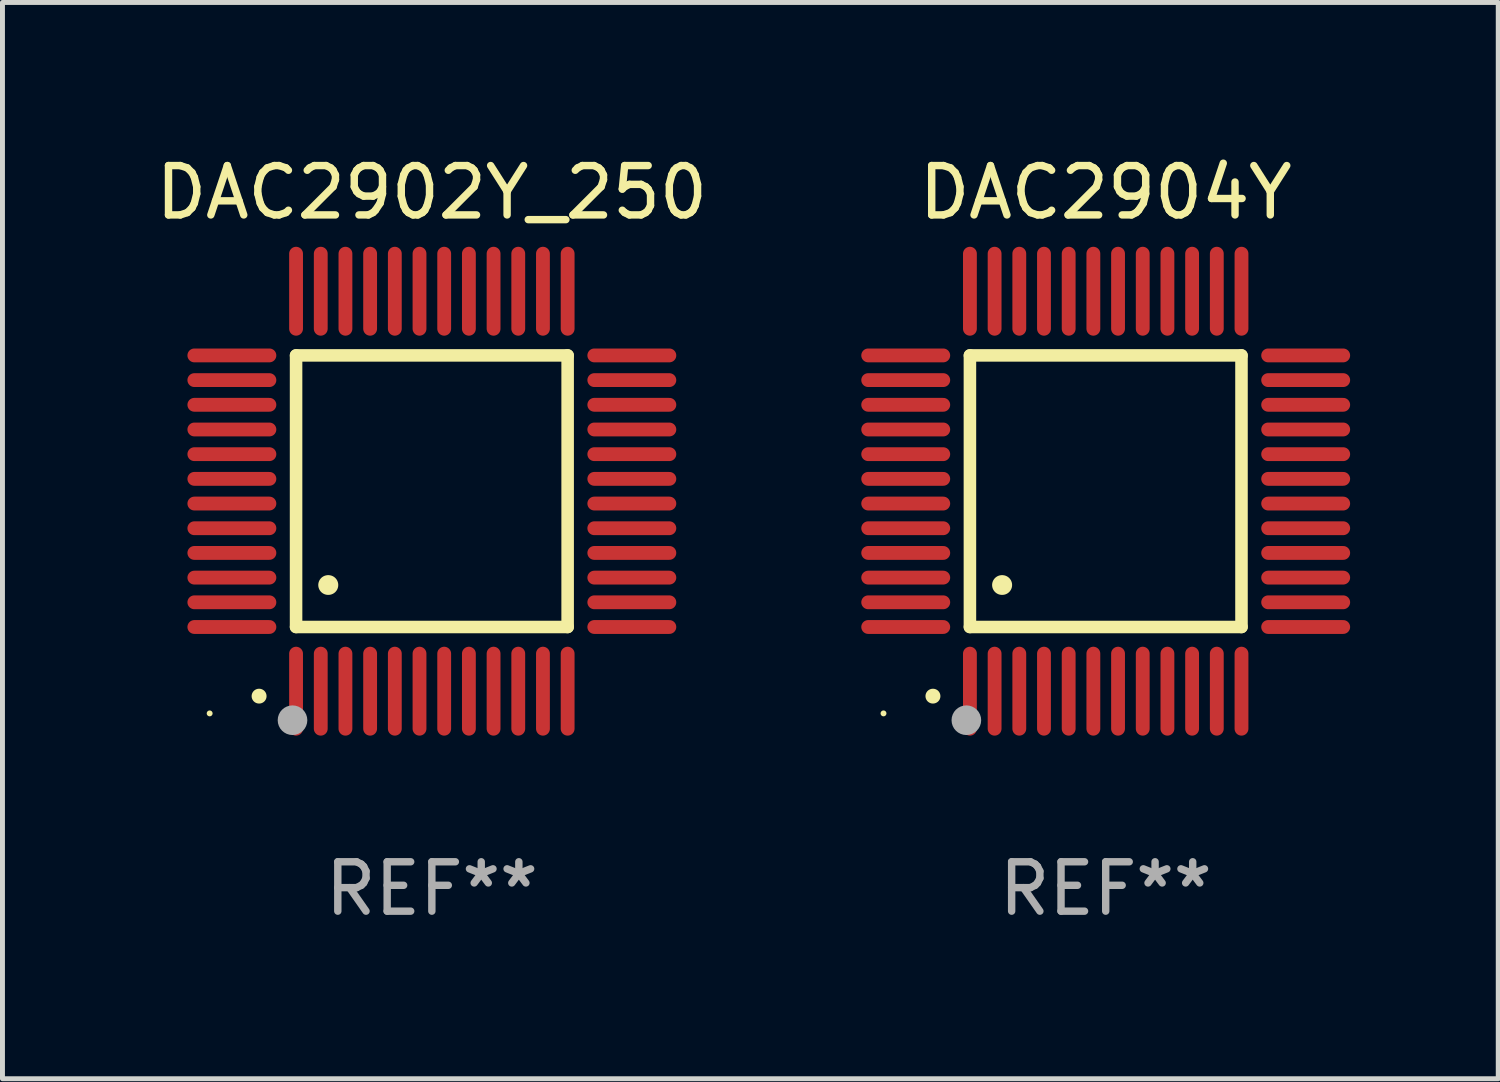
<source format=kicad_pcb>
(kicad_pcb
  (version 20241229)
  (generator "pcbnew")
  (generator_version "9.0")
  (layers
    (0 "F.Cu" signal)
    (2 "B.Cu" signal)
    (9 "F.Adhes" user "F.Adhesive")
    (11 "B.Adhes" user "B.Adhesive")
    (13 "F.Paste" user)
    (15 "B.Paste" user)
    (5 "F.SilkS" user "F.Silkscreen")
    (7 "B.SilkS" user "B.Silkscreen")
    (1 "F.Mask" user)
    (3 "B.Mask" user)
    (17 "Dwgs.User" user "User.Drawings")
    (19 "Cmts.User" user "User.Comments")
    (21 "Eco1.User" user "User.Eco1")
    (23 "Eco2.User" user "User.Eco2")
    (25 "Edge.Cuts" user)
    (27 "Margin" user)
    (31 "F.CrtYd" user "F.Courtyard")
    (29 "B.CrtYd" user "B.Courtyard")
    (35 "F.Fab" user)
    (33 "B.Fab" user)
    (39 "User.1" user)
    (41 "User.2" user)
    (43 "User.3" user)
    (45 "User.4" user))
  (footprint "DAC2904Y"
    (layer "F.Cu")
    (at 19.343 6.898)
    (property "Reference" "DAC2904Y" (at 0 -6.05 0) (layer "F.SilkS") (effects (font (size 1 1) (thickness 0.15))))
    (attr through_hole)
    (fp_line (start -2.75 -2.75) (end 2.75 -2.75) (stroke (width 0.254) (type solid)) (layer "F.SilkS"))
    (fp_line (start -2.75 2.75) (end -2.75 -2.75) (stroke (width 0.254) (type solid)) (layer "F.SilkS"))
    (fp_line (start 2.75 -2.75) (end 2.75 2.75) (stroke (width 0.254) (type solid)) (layer "F.SilkS"))
    (fp_line (start 2.75 2.75) (end -2.75 2.75) (stroke (width 0.254) (type solid)) (layer "F.SilkS"))
    (fp_arc (start -3.500127 4.150368) (mid -3.498857 4.150363) (end -3.497587 4.150368) (stroke (width 0.3) (type solid)) (layer "F.SilkS"))
    (fp_arc (start -2.100584 1.899924) (mid -2.098044 1.899908) (end -2.095504 1.899924) (stroke (width 0.4) (type solid)) (layer "F.SilkS"))
    (fp_circle (center -4.5 4.5) (end -4.47 4.5) (stroke (width 0.06) (type solid)) (fill no) (layer "F.SilkS"))
    (fp_circle (center -2.822 4.638) (end -2.672 4.638) (stroke (width 0.3) (type solid)) (fill no) (layer "F.Fab"))
    (fp_text user "REF**" (at 0 8.05 0) (layer "F.Fab") (effects (font (size 1 1) (thickness 0.15))))
    (pad "1" smd oval (at -2.75 4.05) (size 0.28 1.8) (layers "F.Cu" "F.Mask" "F.Paste"))
    (pad "2" smd oval (at -2.25 4.05) (size 0.28 1.8) (layers "F.Cu" "F.Mask" "F.Paste"))
    (pad "3" smd oval (at -1.75 4.05) (size 0.28 1.8) (layers "F.Cu" "F.Mask" "F.Paste"))
    (pad "4" smd oval (at -1.25 4.05) (size 0.28 1.8) (layers "F.Cu" "F.Mask" "F.Paste"))
    (pad "5" smd oval (at -0.75 4.05) (size 0.28 1.8) (layers "F.Cu" "F.Mask" "F.Paste"))
    (pad "6" smd oval (at -0.25 4.05) (size 0.28 1.8) (layers "F.Cu" "F.Mask" "F.Paste"))
    (pad "7" smd oval (at 0.25 4.05) (size 0.28 1.8) (layers "F.Cu" "F.Mask" "F.Paste"))
    (pad "8" smd oval (at 0.75 4.05) (size 0.28 1.8) (layers "F.Cu" "F.Mask" "F.Paste"))
    (pad "9" smd oval (at 1.25 4.05) (size 0.28 1.8) (layers "F.Cu" "F.Mask" "F.Paste"))
    (pad "10" smd oval (at 1.75 4.05) (size 0.28 1.8) (layers "F.Cu" "F.Mask" "F.Paste"))
    (pad "11" smd oval (at 2.25 4.05) (size 0.28 1.8) (layers "F.Cu" "F.Mask" "F.Paste"))
    (pad "12" smd oval (at 2.75 4.05) (size 0.28 1.8) (layers "F.Cu" "F.Mask" "F.Paste"))
    (pad "13" smd oval (at 4.05 2.75) (size 1.8 0.28) (layers "F.Cu" "F.Mask" "F.Paste"))
    (pad "14" smd oval (at 4.05 2.25) (size 1.8 0.28) (layers "F.Cu" "F.Mask" "F.Paste"))
    (pad "15" smd oval (at 4.05 1.75) (size 1.8 0.28) (layers "F.Cu" "F.Mask" "F.Paste"))
    (pad "16" smd oval (at 4.05 1.25) (size 1.8 0.28) (layers "F.Cu" "F.Mask" "F.Paste"))
    (pad "17" smd oval (at 4.05 0.75) (size 1.8 0.28) (layers "F.Cu" "F.Mask" "F.Paste"))
    (pad "18" smd oval (at 4.05 0.25) (size 1.8 0.28) (layers "F.Cu" "F.Mask" "F.Paste"))
    (pad "19" smd oval (at 4.05 -0.25) (size 1.8 0.28) (layers "F.Cu" "F.Mask" "F.Paste"))
    (pad "20" smd oval (at 4.05 -0.75) (size 1.8 0.28) (layers "F.Cu" "F.Mask" "F.Paste"))
    (pad "21" smd oval (at 4.05 -1.25) (size 1.8 0.28) (layers "F.Cu" "F.Mask" "F.Paste"))
    (pad "22" smd oval (at 4.05 -1.75) (size 1.8 0.28) (layers "F.Cu" "F.Mask" "F.Paste"))
    (pad "23" smd oval (at 4.05 -2.25) (size 1.8 0.28) (layers "F.Cu" "F.Mask" "F.Paste"))
    (pad "24" smd oval (at 4.05 -2.75) (size 1.8 0.28) (layers "F.Cu" "F.Mask" "F.Paste"))
    (pad "25" smd oval (at 2.75 -4.05) (size 0.28 1.8) (layers "F.Cu" "F.Mask" "F.Paste"))
    (pad "26" smd oval (at 2.25 -4.05) (size 0.28 1.8) (layers "F.Cu" "F.Mask" "F.Paste"))
    (pad "27" smd oval (at 1.75 -4.05) (size 0.28 1.8) (layers "F.Cu" "F.Mask" "F.Paste"))
    (pad "28" smd oval (at 1.25 -4.05) (size 0.28 1.8) (layers "F.Cu" "F.Mask" "F.Paste"))
    (pad "29" smd oval (at 0.75 -4.05) (size 0.28 1.8) (layers "F.Cu" "F.Mask" "F.Paste"))
    (pad "30" smd oval (at 0.25 -4.05) (size 0.28 1.8) (layers "F.Cu" "F.Mask" "F.Paste"))
    (pad "31" smd oval (at -0.25 -4.05) (size 0.28 1.8) (layers "F.Cu" "F.Mask" "F.Paste"))
    (pad "32" smd oval (at -0.75 -4.05) (size 0.28 1.8) (layers "F.Cu" "F.Mask" "F.Paste"))
    (pad "33" smd oval (at -1.25 -4.05) (size 0.28 1.8) (layers "F.Cu" "F.Mask" "F.Paste"))
    (pad "34" smd oval (at -1.75 -4.05) (size 0.28 1.8) (layers "F.Cu" "F.Mask" "F.Paste"))
    (pad "35" smd oval (at -2.25 -4.05) (size 0.28 1.8) (layers "F.Cu" "F.Mask" "F.Paste"))
    (pad "36" smd oval (at -2.75 -4.05) (size 0.28 1.8) (layers "F.Cu" "F.Mask" "F.Paste"))
    (pad "37" smd oval (at -4.05 -2.75) (size 1.8 0.28) (layers "F.Cu" "F.Mask" "F.Paste"))
    (pad "38" smd oval (at -4.05 -2.25) (size 1.8 0.28) (layers "F.Cu" "F.Mask" "F.Paste"))
    (pad "39" smd oval (at -4.05 -1.75) (size 1.8 0.28) (layers "F.Cu" "F.Mask" "F.Paste"))
    (pad "40" smd oval (at -4.05 -1.25) (size 1.8 0.28) (layers "F.Cu" "F.Mask" "F.Paste"))
    (pad "41" smd oval (at -4.05 -0.75) (size 1.8 0.28) (layers "F.Cu" "F.Mask" "F.Paste"))
    (pad "42" smd oval (at -4.05 -0.25) (size 1.8 0.28) (layers "F.Cu" "F.Mask" "F.Paste"))
    (pad "43" smd oval (at -4.05 0.25) (size 1.8 0.28) (layers "F.Cu" "F.Mask" "F.Paste"))
    (pad "44" smd oval (at -4.05 0.75) (size 1.8 0.28) (layers "F.Cu" "F.Mask" "F.Paste"))
    (pad "45" smd oval (at -4.05 1.25) (size 1.8 0.28) (layers "F.Cu" "F.Mask" "F.Paste"))
    (pad "46" smd oval (at -4.05 1.75) (size 1.8 0.28) (layers "F.Cu" "F.Mask" "F.Paste"))
    (pad "47" smd oval (at -4.05 2.25) (size 1.8 0.28) (layers "F.Cu" "F.Mask" "F.Paste"))
    (pad "48" smd oval (at -4.05 2.75) (size 1.8 0.28) (layers "F.Cu" "F.Mask" "F.Paste")))
  (footprint "DAC2902Y_250"
    (layer "F.Cu")
    (at 5.696 6.898)
    (property "Reference" "DAC2902Y_250" (at 0 -6.05 0) (layer "F.SilkS") (effects (font (size 1 1) (thickness 0.15))))
    (attr through_hole)
    (fp_line (start -2.75 -2.75) (end 2.75 -2.75) (stroke (width 0.254) (type solid)) (layer "F.SilkS"))
    (fp_line (start -2.75 2.75) (end -2.75 -2.75) (stroke (width 0.254) (type solid)) (layer "F.SilkS"))
    (fp_line (start 2.75 -2.75) (end 2.75 2.75) (stroke (width 0.254) (type solid)) (layer "F.SilkS"))
    (fp_line (start 2.75 2.75) (end -2.75 2.75) (stroke (width 0.254) (type solid)) (layer "F.SilkS"))
    (fp_arc (start -3.500127 4.150368) (mid -3.498857 4.150363) (end -3.497587 4.150368) (stroke (width 0.3) (type solid)) (layer "F.SilkS"))
    (fp_arc (start -2.100584 1.899924) (mid -2.098044 1.899908) (end -2.095504 1.899924) (stroke (width 0.4) (type solid)) (layer "F.SilkS"))
    (fp_circle (center -4.5 4.5) (end -4.47 4.5) (stroke (width 0.06) (type solid)) (fill no) (layer "F.SilkS"))
    (fp_circle (center -2.822 4.638) (end -2.672 4.638) (stroke (width 0.3) (type solid)) (fill no) (layer "F.Fab"))
    (fp_text user "REF**" (at 0 8.05 0) (layer "F.Fab") (effects (font (size 1 1) (thickness 0.15))))
    (pad "1" smd oval (at -2.75 4.05) (size 0.28 1.8) (layers "F.Cu" "F.Mask" "F.Paste"))
    (pad "2" smd oval (at -2.25 4.05) (size 0.28 1.8) (layers "F.Cu" "F.Mask" "F.Paste"))
    (pad "3" smd oval (at -1.75 4.05) (size 0.28 1.8) (layers "F.Cu" "F.Mask" "F.Paste"))
    (pad "4" smd oval (at -1.25 4.05) (size 0.28 1.8) (layers "F.Cu" "F.Mask" "F.Paste"))
    (pad "5" smd oval (at -0.75 4.05) (size 0.28 1.8) (layers "F.Cu" "F.Mask" "F.Paste"))
    (pad "6" smd oval (at -0.25 4.05) (size 0.28 1.8) (layers "F.Cu" "F.Mask" "F.Paste"))
    (pad "7" smd oval (at 0.25 4.05) (size 0.28 1.8) (layers "F.Cu" "F.Mask" "F.Paste"))
    (pad "8" smd oval (at 0.75 4.05) (size 0.28 1.8) (layers "F.Cu" "F.Mask" "F.Paste"))
    (pad "9" smd oval (at 1.25 4.05) (size 0.28 1.8) (layers "F.Cu" "F.Mask" "F.Paste"))
    (pad "10" smd oval (at 1.75 4.05) (size 0.28 1.8) (layers "F.Cu" "F.Mask" "F.Paste"))
    (pad "11" smd oval (at 2.25 4.05) (size 0.28 1.8) (layers "F.Cu" "F.Mask" "F.Paste"))
    (pad "12" smd oval (at 2.75 4.05) (size 0.28 1.8) (layers "F.Cu" "F.Mask" "F.Paste"))
    (pad "13" smd oval (at 4.05 2.75) (size 1.8 0.28) (layers "F.Cu" "F.Mask" "F.Paste"))
    (pad "14" smd oval (at 4.05 2.25) (size 1.8 0.28) (layers "F.Cu" "F.Mask" "F.Paste"))
    (pad "15" smd oval (at 4.05 1.75) (size 1.8 0.28) (layers "F.Cu" "F.Mask" "F.Paste"))
    (pad "16" smd oval (at 4.05 1.25) (size 1.8 0.28) (layers "F.Cu" "F.Mask" "F.Paste"))
    (pad "17" smd oval (at 4.05 0.75) (size 1.8 0.28) (layers "F.Cu" "F.Mask" "F.Paste"))
    (pad "18" smd oval (at 4.05 0.25) (size 1.8 0.28) (layers "F.Cu" "F.Mask" "F.Paste"))
    (pad "19" smd oval (at 4.05 -0.25) (size 1.8 0.28) (layers "F.Cu" "F.Mask" "F.Paste"))
    (pad "20" smd oval (at 4.05 -0.75) (size 1.8 0.28) (layers "F.Cu" "F.Mask" "F.Paste"))
    (pad "21" smd oval (at 4.05 -1.25) (size 1.8 0.28) (layers "F.Cu" "F.Mask" "F.Paste"))
    (pad "22" smd oval (at 4.05 -1.75) (size 1.8 0.28) (layers "F.Cu" "F.Mask" "F.Paste"))
    (pad "23" smd oval (at 4.05 -2.25) (size 1.8 0.28) (layers "F.Cu" "F.Mask" "F.Paste"))
    (pad "24" smd oval (at 4.05 -2.75) (size 1.8 0.28) (layers "F.Cu" "F.Mask" "F.Paste"))
    (pad "25" smd oval (at 2.75 -4.05) (size 0.28 1.8) (layers "F.Cu" "F.Mask" "F.Paste"))
    (pad "26" smd oval (at 2.25 -4.05) (size 0.28 1.8) (layers "F.Cu" "F.Mask" "F.Paste"))
    (pad "27" smd oval (at 1.75 -4.05) (size 0.28 1.8) (layers "F.Cu" "F.Mask" "F.Paste"))
    (pad "28" smd oval (at 1.25 -4.05) (size 0.28 1.8) (layers "F.Cu" "F.Mask" "F.Paste"))
    (pad "29" smd oval (at 0.75 -4.05) (size 0.28 1.8) (layers "F.Cu" "F.Mask" "F.Paste"))
    (pad "30" smd oval (at 0.25 -4.05) (size 0.28 1.8) (layers "F.Cu" "F.Mask" "F.Paste"))
    (pad "31" smd oval (at -0.25 -4.05) (size 0.28 1.8) (layers "F.Cu" "F.Mask" "F.Paste"))
    (pad "32" smd oval (at -0.75 -4.05) (size 0.28 1.8) (layers "F.Cu" "F.Mask" "F.Paste"))
    (pad "33" smd oval (at -1.25 -4.05) (size 0.28 1.8) (layers "F.Cu" "F.Mask" "F.Paste"))
    (pad "34" smd oval (at -1.75 -4.05) (size 0.28 1.8) (layers "F.Cu" "F.Mask" "F.Paste"))
    (pad "35" smd oval (at -2.25 -4.05) (size 0.28 1.8) (layers "F.Cu" "F.Mask" "F.Paste"))
    (pad "36" smd oval (at -2.75 -4.05) (size 0.28 1.8) (layers "F.Cu" "F.Mask" "F.Paste"))
    (pad "37" smd oval (at -4.05 -2.75) (size 1.8 0.28) (layers "F.Cu" "F.Mask" "F.Paste"))
    (pad "38" smd oval (at -4.05 -2.25) (size 1.8 0.28) (layers "F.Cu" "F.Mask" "F.Paste"))
    (pad "39" smd oval (at -4.05 -1.75) (size 1.8 0.28) (layers "F.Cu" "F.Mask" "F.Paste"))
    (pad "40" smd oval (at -4.05 -1.25) (size 1.8 0.28) (layers "F.Cu" "F.Mask" "F.Paste"))
    (pad "41" smd oval (at -4.05 -0.75) (size 1.8 0.28) (layers "F.Cu" "F.Mask" "F.Paste"))
    (pad "42" smd oval (at -4.05 -0.25) (size 1.8 0.28) (layers "F.Cu" "F.Mask" "F.Paste"))
    (pad "43" smd oval (at -4.05 0.25) (size 1.8 0.28) (layers "F.Cu" "F.Mask" "F.Paste"))
    (pad "44" smd oval (at -4.05 0.75) (size 1.8 0.28) (layers "F.Cu" "F.Mask" "F.Paste"))
    (pad "45" smd oval (at -4.05 1.25) (size 1.8 0.28) (layers "F.Cu" "F.Mask" "F.Paste"))
    (pad "46" smd oval (at -4.05 1.75) (size 1.8 0.28) (layers "F.Cu" "F.Mask" "F.Paste"))
    (pad "47" smd oval (at -4.05 2.25) (size 1.8 0.28) (layers "F.Cu" "F.Mask" "F.Paste"))
    (pad "48" smd oval (at -4.05 2.75) (size 1.8 0.28) (layers "F.Cu" "F.Mask" "F.Paste")))
  (gr_rect
    (start -3 -3)
    (end 27.293 18.797)
    (stroke (width 0.1) (type default))
    (fill no)
    (layer "Edge.Cuts")))
</source>
